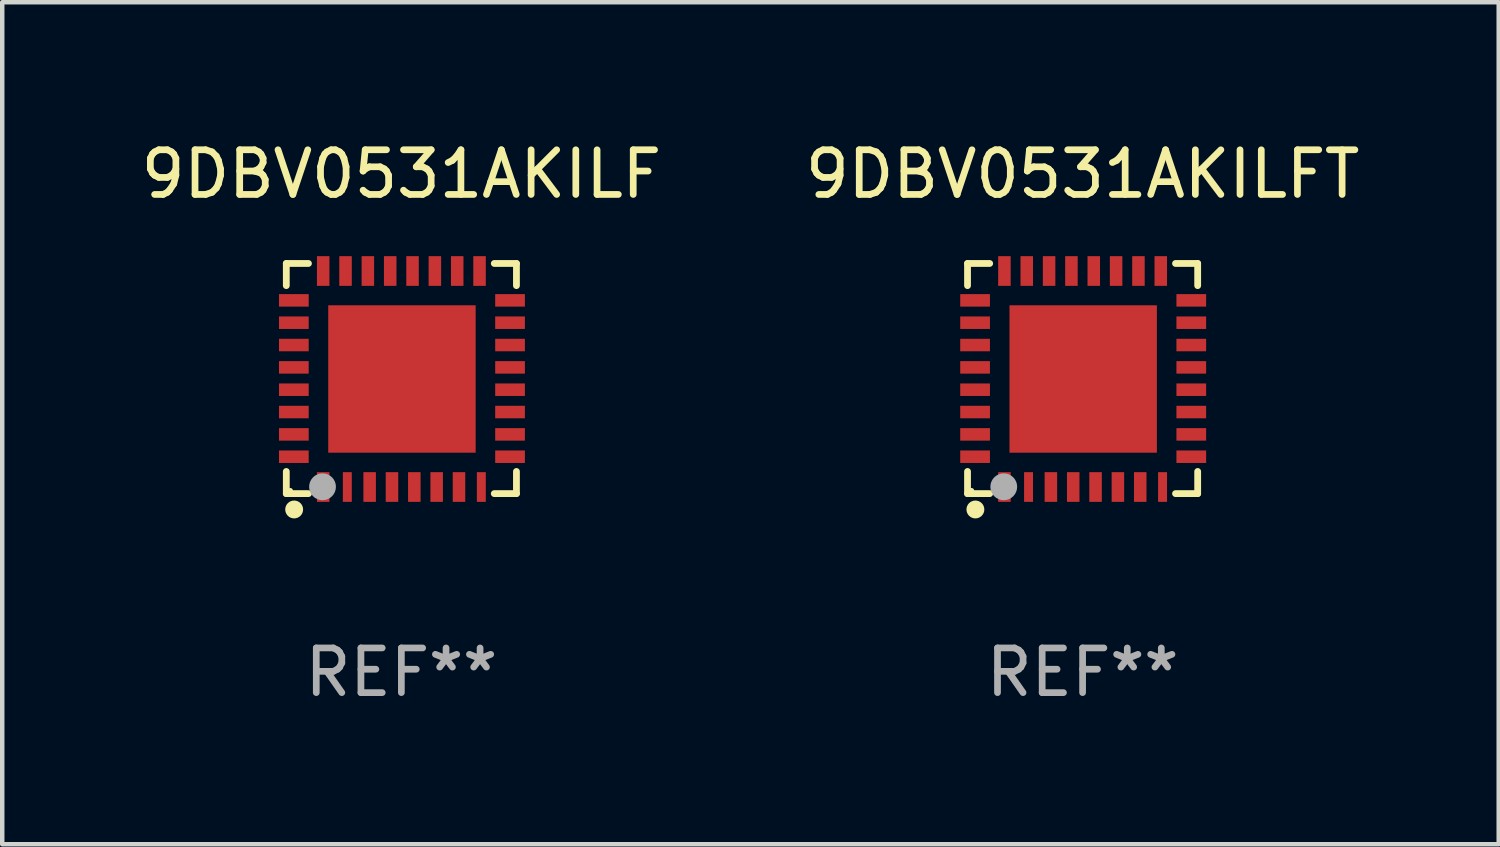
<source format=kicad_pcb>
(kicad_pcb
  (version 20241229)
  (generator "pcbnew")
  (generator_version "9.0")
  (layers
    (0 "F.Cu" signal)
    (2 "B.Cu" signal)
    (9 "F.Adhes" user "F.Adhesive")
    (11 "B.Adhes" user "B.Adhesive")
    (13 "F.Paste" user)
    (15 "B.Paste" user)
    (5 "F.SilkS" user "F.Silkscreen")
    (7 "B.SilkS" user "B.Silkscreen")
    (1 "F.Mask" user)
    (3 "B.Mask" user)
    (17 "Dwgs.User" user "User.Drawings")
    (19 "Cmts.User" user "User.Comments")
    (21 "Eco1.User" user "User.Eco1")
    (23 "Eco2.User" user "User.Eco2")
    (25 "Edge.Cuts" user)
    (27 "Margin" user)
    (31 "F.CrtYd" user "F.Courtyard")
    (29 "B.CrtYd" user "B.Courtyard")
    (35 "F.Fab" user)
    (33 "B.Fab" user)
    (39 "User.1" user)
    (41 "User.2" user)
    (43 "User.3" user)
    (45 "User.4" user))
  (footprint "9DBV0531AKILFT"
    (layer "F.Cu")
    (at 21.185 5.424)
    (property "Reference" "9DBV0531AKILFT" (at 0 -4.576 0) (layer "F.SilkS") (effects (font (size 1 1) (thickness 0.15))))
    (attr through_hole)
    (fp_line (start -2.576 -2.576) (end -2.576 -2.08) (stroke (width 0.152) (type solid)) (layer "F.SilkS"))
    (fp_line (start -2.576 2.576) (end -2.576 2.08) (stroke (width 0.152) (type solid)) (layer "F.SilkS"))
    (fp_line (start -2.08 -2.576) (end -2.576 -2.576) (stroke (width 0.152) (type solid)) (layer "F.SilkS"))
    (fp_line (start -2.08 2.576) (end -2.576 2.576) (stroke (width 0.152) (type solid)) (layer "F.SilkS"))
    (fp_line (start 2.08 -2.576) (end 2.576 -2.576) (stroke (width 0.152) (type solid)) (layer "F.SilkS"))
    (fp_line (start 2.08 2.576) (end 2.576 2.576) (stroke (width 0.152) (type solid)) (layer "F.SilkS"))
    (fp_line (start 2.576 -2.576) (end 2.576 -2.08) (stroke (width 0.152) (type solid)) (layer "F.SilkS"))
    (fp_line (start 2.576 2.576) (end 2.576 2.08) (stroke (width 0.152) (type solid)) (layer "F.SilkS"))
    (fp_circle (center -2.487 2.51) (end -2.457 2.51) (stroke (width 0.06) (type solid)) (fill no) (layer "F.SilkS"))
    (fp_circle (center -2.4 2.931) (end -2.3 2.931) (stroke (width 0.2) (type solid)) (fill no) (layer "F.SilkS"))
    (fp_circle (center -1.765 2.423) (end -1.615 2.423) (stroke (width 0.3) (type solid)) (fill no) (layer "F.Fab"))
    (fp_text user "REF**" (at 0 6.576 0) (layer "F.Fab") (effects (font (size 1 1) (thickness 0.15))))
    (pad "1" smd rect (at -1.75 2.428) (size 0.28 0.665) (layers "F.Cu" "F.Mask" "F.Paste"))
    (pad "2" smd rect (at -1.21 2.428) (size 0.2 0.665) (layers "F.Cu" "F.Mask" "F.Paste"))
    (pad "3" smd rect (at -0.71 2.428) (size 0.28 0.665) (layers "F.Cu" "F.Mask" "F.Paste"))
    (pad "4" smd rect (at -0.21 2.428) (size 0.28 0.665) (layers "F.Cu" "F.Mask" "F.Paste"))
    (pad "5" smd rect (at 0.29 2.428) (size 0.28 0.665) (layers "F.Cu" "F.Mask" "F.Paste"))
    (pad "6" smd rect (at 0.79 2.428) (size 0.28 0.665) (layers "F.Cu" "F.Mask" "F.Paste"))
    (pad "7" smd rect (at 1.29 2.428) (size 0.28 0.665) (layers "F.Cu" "F.Mask" "F.Paste"))
    (pad "8" smd rect (at 1.79 2.428) (size 0.2 0.665) (layers "F.Cu" "F.Mask" "F.Paste"))
    (pad "9" smd rect (at 2.433 1.75) (size 0.665 0.28) (layers "F.Cu" "F.Mask" "F.Paste"))
    (pad "10" smd rect (at 2.433 1.25) (size 0.665 0.28) (layers "F.Cu" "F.Mask" "F.Paste"))
    (pad "11" smd rect (at 2.433 0.75) (size 0.665 0.28) (layers "F.Cu" "F.Mask" "F.Paste"))
    (pad "12" smd rect (at 2.433 0.25) (size 0.665 0.28) (layers "F.Cu" "F.Mask" "F.Paste"))
    (pad "13" smd rect (at 2.433 -0.25) (size 0.665 0.28) (layers "F.Cu" "F.Mask" "F.Paste"))
    (pad "14" smd rect (at 2.433 -0.75) (size 0.665 0.28) (layers "F.Cu" "F.Mask" "F.Paste"))
    (pad "15" smd rect (at 2.433 -1.25) (size 0.665 0.28) (layers "F.Cu" "F.Mask" "F.Paste"))
    (pad "16" smd rect (at 2.433 -1.75) (size 0.665 0.28) (layers "F.Cu" "F.Mask" "F.Paste"))
    (pad "17" smd rect (at 1.75 -2.407) (size 0.28 0.665) (layers "F.Cu" "F.Mask" "F.Paste"))
    (pad "18" smd rect (at 1.25 -2.407) (size 0.28 0.665) (layers "F.Cu" "F.Mask" "F.Paste"))
    (pad "19" smd rect (at 0.75 -2.407) (size 0.28 0.665) (layers "F.Cu" "F.Mask" "F.Paste"))
    (pad "20" smd rect (at 0.25 -2.407) (size 0.28 0.665) (layers "F.Cu" "F.Mask" "F.Paste"))
    (pad "21" smd rect (at -0.25 -2.407) (size 0.28 0.665) (layers "F.Cu" "F.Mask" "F.Paste"))
    (pad "22" smd rect (at -0.75 -2.407) (size 0.28 0.665) (layers "F.Cu" "F.Mask" "F.Paste"))
    (pad "23" smd rect (at -1.25 -2.407) (size 0.28 0.665) (layers "F.Cu" "F.Mask" "F.Paste"))
    (pad "24" smd rect (at -1.75 -2.407) (size 0.28 0.665) (layers "F.Cu" "F.Mask" "F.Paste"))
    (pad "25" smd rect (at -2.407 -1.75) (size 0.665 0.28) (layers "F.Cu" "F.Mask" "F.Paste"))
    (pad "26" smd rect (at -2.407 -1.25) (size 0.665 0.28) (layers "F.Cu" "F.Mask" "F.Paste"))
    (pad "27" smd rect (at -2.407 -0.75) (size 0.665 0.28) (layers "F.Cu" "F.Mask" "F.Paste"))
    (pad "28" smd rect (at -2.407 -0.25) (size 0.665 0.28) (layers "F.Cu" "F.Mask" "F.Paste"))
    (pad "29" smd rect (at -2.407 0.25) (size 0.665 0.28) (layers "F.Cu" "F.Mask" "F.Paste"))
    (pad "30" smd rect (at -2.407 0.75) (size 0.665 0.28) (layers "F.Cu" "F.Mask" "F.Paste"))
    (pad "31" smd rect (at -2.407 1.25) (size 0.665 0.28) (layers "F.Cu" "F.Mask" "F.Paste"))
    (pad "32" smd rect (at -2.407 1.75) (size 0.665 0.28) (layers "F.Cu" "F.Mask" "F.Paste"))
    (pad "33" smd rect (at 0.013 0.01) (size 3.3 3.3) (layers "F.Cu" "F.Mask" "F.Paste")))
  (footprint "9DBV0531AKILF"
    (layer "F.Cu")
    (at 5.935 5.424)
    (property "Reference" "9DBV0531AKILF" (at 0 -4.576 0) (layer "F.SilkS") (effects (font (size 1 1) (thickness 0.15))))
    (attr through_hole)
    (fp_line (start -2.576 -2.576) (end -2.576 -2.08) (stroke (width 0.152) (type solid)) (layer "F.SilkS"))
    (fp_line (start -2.576 2.576) (end -2.576 2.08) (stroke (width 0.152) (type solid)) (layer "F.SilkS"))
    (fp_line (start -2.08 -2.576) (end -2.576 -2.576) (stroke (width 0.152) (type solid)) (layer "F.SilkS"))
    (fp_line (start -2.08 2.576) (end -2.576 2.576) (stroke (width 0.152) (type solid)) (layer "F.SilkS"))
    (fp_line (start 2.08 -2.576) (end 2.576 -2.576) (stroke (width 0.152) (type solid)) (layer "F.SilkS"))
    (fp_line (start 2.08 2.576) (end 2.576 2.576) (stroke (width 0.152) (type solid)) (layer "F.SilkS"))
    (fp_line (start 2.576 -2.576) (end 2.576 -2.08) (stroke (width 0.152) (type solid)) (layer "F.SilkS"))
    (fp_line (start 2.576 2.576) (end 2.576 2.08) (stroke (width 0.152) (type solid)) (layer "F.SilkS"))
    (fp_circle (center -2.487 2.51) (end -2.457 2.51) (stroke (width 0.06) (type solid)) (fill no) (layer "F.SilkS"))
    (fp_circle (center -2.4 2.931) (end -2.3 2.931) (stroke (width 0.2) (type solid)) (fill no) (layer "F.SilkS"))
    (fp_circle (center -1.765 2.423) (end -1.615 2.423) (stroke (width 0.3) (type solid)) (fill no) (layer "F.Fab"))
    (fp_text user "REF**" (at 0 6.576 0) (layer "F.Fab") (effects (font (size 1 1) (thickness 0.15))))
    (pad "1" smd rect (at -1.75 2.428) (size 0.28 0.665) (layers "F.Cu" "F.Mask" "F.Paste"))
    (pad "2" smd rect (at -1.21 2.428) (size 0.2 0.665) (layers "F.Cu" "F.Mask" "F.Paste"))
    (pad "3" smd rect (at -0.71 2.428) (size 0.28 0.665) (layers "F.Cu" "F.Mask" "F.Paste"))
    (pad "4" smd rect (at -0.21 2.428) (size 0.28 0.665) (layers "F.Cu" "F.Mask" "F.Paste"))
    (pad "5" smd rect (at 0.29 2.428) (size 0.28 0.665) (layers "F.Cu" "F.Mask" "F.Paste"))
    (pad "6" smd rect (at 0.79 2.428) (size 0.28 0.665) (layers "F.Cu" "F.Mask" "F.Paste"))
    (pad "7" smd rect (at 1.29 2.428) (size 0.28 0.665) (layers "F.Cu" "F.Mask" "F.Paste"))
    (pad "8" smd rect (at 1.79 2.428) (size 0.2 0.665) (layers "F.Cu" "F.Mask" "F.Paste"))
    (pad "9" smd rect (at 2.433 1.75) (size 0.665 0.28) (layers "F.Cu" "F.Mask" "F.Paste"))
    (pad "10" smd rect (at 2.433 1.25) (size 0.665 0.28) (layers "F.Cu" "F.Mask" "F.Paste"))
    (pad "11" smd rect (at 2.433 0.75) (size 0.665 0.28) (layers "F.Cu" "F.Mask" "F.Paste"))
    (pad "12" smd rect (at 2.433 0.25) (size 0.665 0.28) (layers "F.Cu" "F.Mask" "F.Paste"))
    (pad "13" smd rect (at 2.433 -0.25) (size 0.665 0.28) (layers "F.Cu" "F.Mask" "F.Paste"))
    (pad "14" smd rect (at 2.433 -0.75) (size 0.665 0.28) (layers "F.Cu" "F.Mask" "F.Paste"))
    (pad "15" smd rect (at 2.433 -1.25) (size 0.665 0.28) (layers "F.Cu" "F.Mask" "F.Paste"))
    (pad "16" smd rect (at 2.433 -1.75) (size 0.665 0.28) (layers "F.Cu" "F.Mask" "F.Paste"))
    (pad "17" smd rect (at 1.75 -2.407) (size 0.28 0.665) (layers "F.Cu" "F.Mask" "F.Paste"))
    (pad "18" smd rect (at 1.25 -2.407) (size 0.28 0.665) (layers "F.Cu" "F.Mask" "F.Paste"))
    (pad "19" smd rect (at 0.75 -2.407) (size 0.28 0.665) (layers "F.Cu" "F.Mask" "F.Paste"))
    (pad "20" smd rect (at 0.25 -2.407) (size 0.28 0.665) (layers "F.Cu" "F.Mask" "F.Paste"))
    (pad "21" smd rect (at -0.25 -2.407) (size 0.28 0.665) (layers "F.Cu" "F.Mask" "F.Paste"))
    (pad "22" smd rect (at -0.75 -2.407) (size 0.28 0.665) (layers "F.Cu" "F.Mask" "F.Paste"))
    (pad "23" smd rect (at -1.25 -2.407) (size 0.28 0.665) (layers "F.Cu" "F.Mask" "F.Paste"))
    (pad "24" smd rect (at -1.75 -2.407) (size 0.28 0.665) (layers "F.Cu" "F.Mask" "F.Paste"))
    (pad "25" smd rect (at -2.407 -1.75) (size 0.665 0.28) (layers "F.Cu" "F.Mask" "F.Paste"))
    (pad "26" smd rect (at -2.407 -1.25) (size 0.665 0.28) (layers "F.Cu" "F.Mask" "F.Paste"))
    (pad "27" smd rect (at -2.407 -0.75) (size 0.665 0.28) (layers "F.Cu" "F.Mask" "F.Paste"))
    (pad "28" smd rect (at -2.407 -0.25) (size 0.665 0.28) (layers "F.Cu" "F.Mask" "F.Paste"))
    (pad "29" smd rect (at -2.407 0.25) (size 0.665 0.28) (layers "F.Cu" "F.Mask" "F.Paste"))
    (pad "30" smd rect (at -2.407 0.75) (size 0.665 0.28) (layers "F.Cu" "F.Mask" "F.Paste"))
    (pad "31" smd rect (at -2.407 1.25) (size 0.665 0.28) (layers "F.Cu" "F.Mask" "F.Paste"))
    (pad "32" smd rect (at -2.407 1.75) (size 0.665 0.28) (layers "F.Cu" "F.Mask" "F.Paste"))
    (pad "33" smd rect (at 0.013 0.01) (size 3.3 3.3) (layers "F.Cu" "F.Mask" "F.Paste")))
  (gr_rect
    (start -3 -3)
    (end 30.5 15.849)
    (stroke (width 0.1) (type default))
    (fill no)
    (layer "Edge.Cuts")))
</source>
